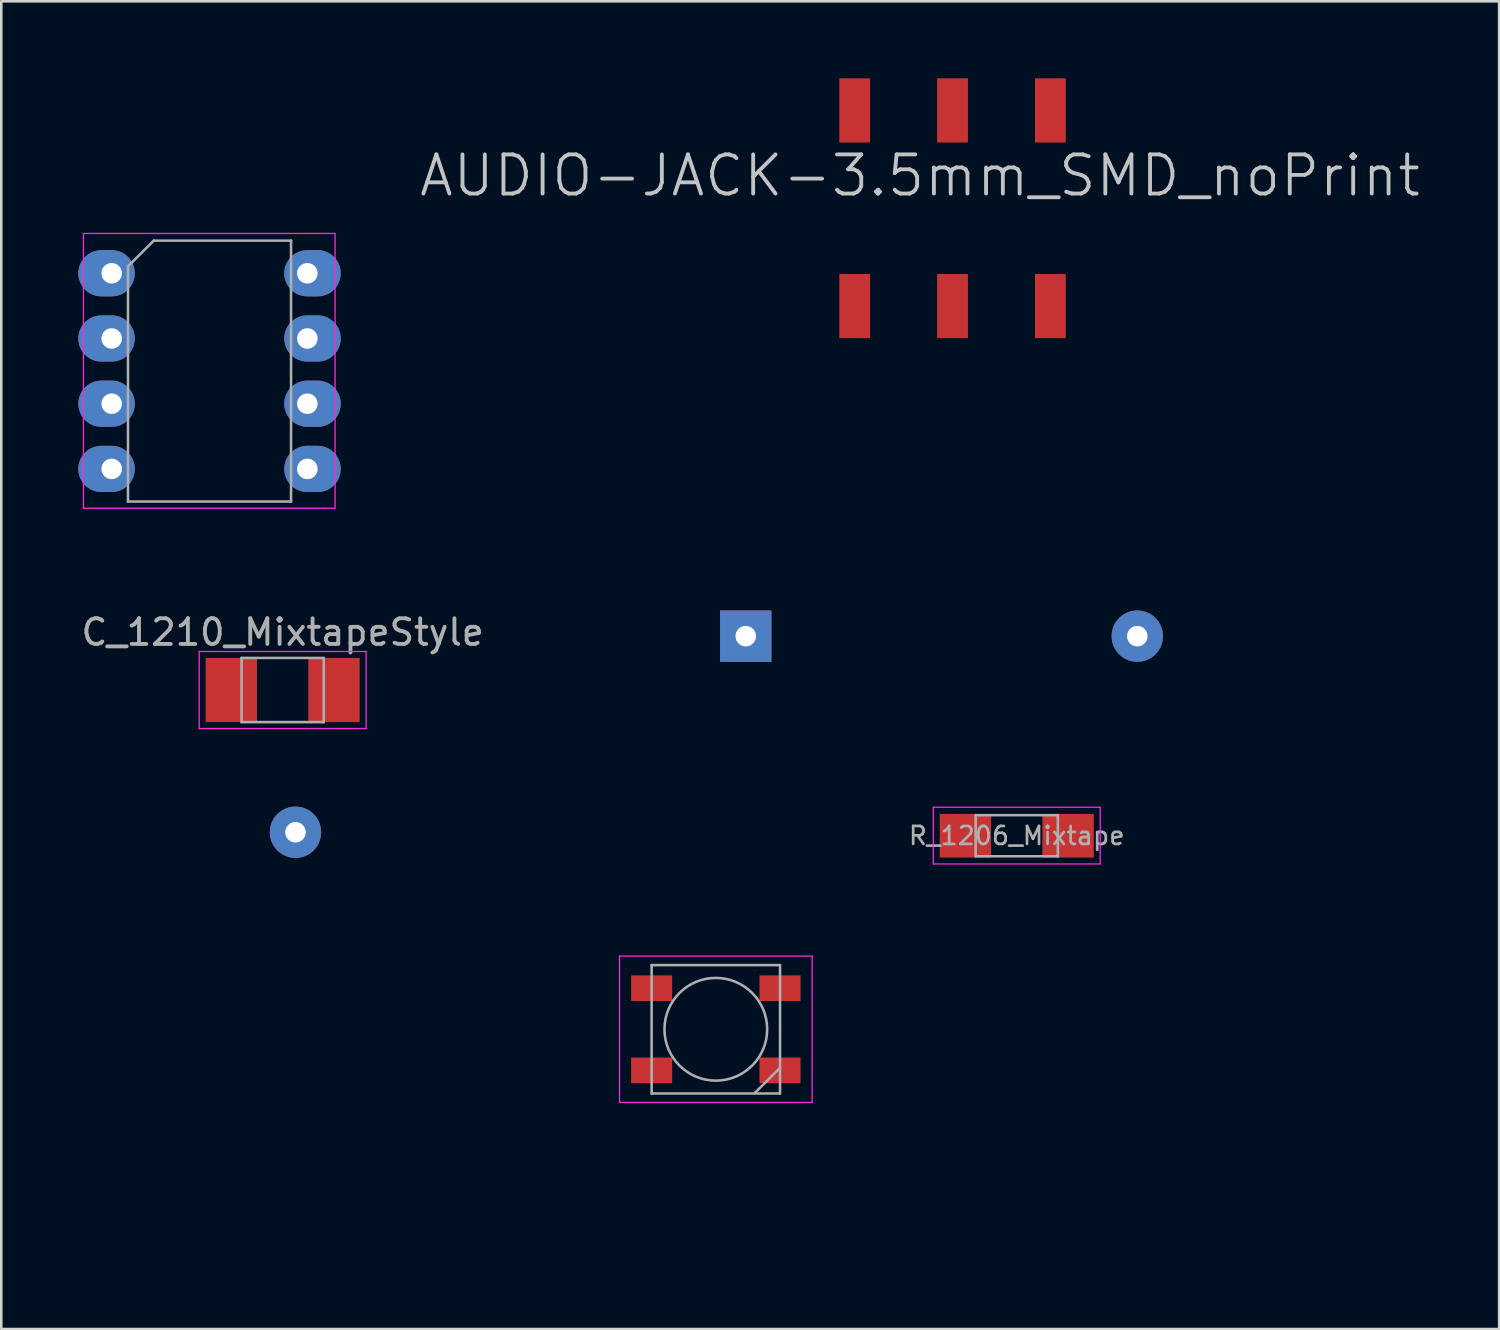
<source format=kicad_pcb>
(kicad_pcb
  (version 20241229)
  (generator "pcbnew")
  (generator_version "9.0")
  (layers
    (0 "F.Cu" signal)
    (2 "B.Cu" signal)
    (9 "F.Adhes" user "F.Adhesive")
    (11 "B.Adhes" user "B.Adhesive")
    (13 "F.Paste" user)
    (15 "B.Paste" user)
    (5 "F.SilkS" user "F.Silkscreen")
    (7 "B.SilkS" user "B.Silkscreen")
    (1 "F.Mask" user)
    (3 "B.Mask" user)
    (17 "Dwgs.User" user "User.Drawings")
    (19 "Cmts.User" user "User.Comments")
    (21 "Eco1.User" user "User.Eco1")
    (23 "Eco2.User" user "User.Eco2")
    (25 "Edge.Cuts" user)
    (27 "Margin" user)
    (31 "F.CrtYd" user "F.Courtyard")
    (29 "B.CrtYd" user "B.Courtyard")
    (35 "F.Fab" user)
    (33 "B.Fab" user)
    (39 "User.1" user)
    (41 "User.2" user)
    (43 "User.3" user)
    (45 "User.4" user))
  (footprint "Loch_mixtape_seltsam"
    (layer "F.Cu")
    (at 8.458 29.364)
    (property "Reference" "Loch_mixtape_seltsam" (at 0 1.778 0) (layer "Eco2.User") (effects (font (size 1 1) (thickness 0.15))))
    (attr through_hole)
    (pad "" smd circle (at 0 0) (size 1 1) (layers "F.Cu" "F.Mask" "F.Paste"))
    (pad "1" thru_hole circle (at 0 0) (size 2 2) (drill 0.8) (layers "B.Cu" "B.Mask")))
  (footprint "Loch_mixtape"
    (layer "F.Cu")
    (at 41.244 21.726)
    (property "Reference" "Loch_mixtape" (at 0 1.778 0) (layer "Eco2.User") (effects (font (size 1 1) (thickness 0.15))))
    (attr through_hole)
    (pad "1" thru_hole circle (at 0 0) (size 2 2) (drill 0.8) (layers "*.Cu" "*.Mask")))
  (footprint "R_1206_Mixtape"
    (layer "F.Cu")
    (at 36.549 29.499)
    (property "Reference" "R_1206_Mixtape" (at 0 0 0) (layer "Eco2.User") (effects (font (size 1 0.8) (thickness 0.15))))
    (attr smd)
    (fp_line (start -1 -1.07) (end 1 -1.07) (stroke (width 0.12) (type solid)) (layer "Eco2.User"))
    (fp_line (start 1 1.07) (end -1 1.07) (stroke (width 0.12) (type solid)) (layer "Eco2.User"))
    (fp_line (start -3.25 -1.11) (end -3.25 1.1) (stroke (width 0.05) (type solid)) (layer "F.CrtYd"))
    (fp_line (start -3.25 -1.11) (end 3.25 -1.11) (stroke (width 0.05) (type solid)) (layer "F.CrtYd"))
    (fp_line (start 3.25 1.1) (end -3.25 1.1) (stroke (width 0.05) (type solid)) (layer "F.CrtYd"))
    (fp_line (start 3.25 1.1) (end 3.25 -1.11) (stroke (width 0.05) (type solid)) (layer "F.CrtYd"))
    (fp_line (start -1.6 -0.8) (end 1.6 -0.8) (stroke (width 0.1) (type solid)) (layer "F.Fab"))
    (fp_line (start -1.6 0.8) (end -1.6 -0.8) (stroke (width 0.1) (type solid)) (layer "F.Fab"))
    (fp_line (start 1.6 -0.8) (end 1.6 0.8) (stroke (width 0.1) (type solid)) (layer "F.Fab"))
    (fp_line (start 1.6 0.8) (end -1.6 0.8) (stroke (width 0.1) (type solid)) (layer "F.Fab"))
    (fp_text user "${REFERENCE}" (at 0 0 0) (layer "F.Fab") (effects (font (size 0.7 0.7) (thickness 0.105))))
    (pad "1" smd rect (at -2 0) (size 2 1.7) (layers "F.Cu" "F.Mask" "F.Paste"))
    (pad "2" smd rect (at 2 0) (size 2 1.7) (layers "F.Cu" "F.Mask" "F.Paste")))
  (footprint "C_1210_MixtapeStyle"
    (layer "F.Cu")
    (at 7.958 23.824)
    (property "Reference" "C_1210_MixtapeStyle" (at 0 -0.127 0) (layer "Eco2.User") (effects (font (size 1 0.8) (thickness 0.15))))
    (attr smd)
    (fp_line (start -1 1.48) (end 1 1.48) (stroke (width 0.12) (type solid)) (layer "Eco2.User"))
    (fp_line (start 1 -1.48) (end -1 -1.48) (stroke (width 0.12) (type solid)) (layer "Eco2.User"))
    (fp_line (start -3.25 -1.5) (end -3.25 1.5) (stroke (width 0.05) (type solid)) (layer "F.CrtYd"))
    (fp_line (start -3.25 -1.5) (end 3.25 -1.5) (stroke (width 0.05) (type solid)) (layer "F.CrtYd"))
    (fp_line (start 3.25 1.5) (end -3.25 1.5) (stroke (width 0.05) (type solid)) (layer "F.CrtYd"))
    (fp_line (start 3.25 1.5) (end 3.25 -1.5) (stroke (width 0.05) (type solid)) (layer "F.CrtYd"))
    (fp_line (start -1.6 -1.25) (end 1.6 -1.25) (stroke (width 0.1) (type solid)) (layer "F.Fab"))
    (fp_line (start -1.6 1.25) (end -1.6 -1.25) (stroke (width 0.1) (type solid)) (layer "F.Fab"))
    (fp_line (start 1.6 -1.25) (end 1.6 1.25) (stroke (width 0.1) (type solid)) (layer "F.Fab"))
    (fp_line (start 1.6 1.25) (end -1.6 1.25) (stroke (width 0.1) (type solid)) (layer "F.Fab"))
    (fp_text user "${REFERENCE}" (at 0 -2.25 0) (layer "F.Fab") (effects (font (size 1 1) (thickness 0.15))))
    (pad "1" smd rect (at -2 0) (size 2 2.5) (layers "F.Cu" "F.Mask" "F.Paste"))
    (pad "2" smd rect (at 2 0) (size 2 2.5) (layers "F.Cu" "F.Mask" "F.Paste")))
  (footprint "Attiny_DIP-8_W7.62mm"
    (layer "F.Cu")
    (at 1.3 7.593)
    (property "Reference" "Attiny_DIP-8_W7.62mm" (at 3.81 1.27 90) (layer "Eco2.User") (effects (font (size 1 1) (thickness 0.15))))
    (attr through_hole)
    (fp_line (start -1.1 -1.55) (end -1.1 9.15) (stroke (width 0.05) (type solid)) (layer "F.CrtYd"))
    (fp_line (start -1.1 9.15) (end 8.7 9.15) (stroke (width 0.05) (type solid)) (layer "F.CrtYd"))
    (fp_line (start 8.7 -1.55) (end -1.1 -1.55) (stroke (width 0.05) (type solid)) (layer "F.CrtYd"))
    (fp_line (start 8.7 9.15) (end 8.7 -1.55) (stroke (width 0.05) (type solid)) (layer "F.CrtYd"))
    (fp_line (start 0.635 -0.27) (end 1.635 -1.27) (stroke (width 0.1) (type solid)) (layer "F.Fab"))
    (fp_line (start 0.635 8.89) (end 0.635 -0.27) (stroke (width 0.1) (type solid)) (layer "F.Fab"))
    (fp_line (start 1.635 -1.27) (end 6.985 -1.27) (stroke (width 0.1) (type solid)) (layer "F.Fab"))
    (fp_line (start 6.985 -1.27) (end 6.985 8.89) (stroke (width 0.1) (type solid)) (layer "F.Fab"))
    (fp_line (start 6.985 8.89) (end 0.635 8.89) (stroke (width 0.1) (type solid)) (layer "F.Fab"))
    (pad "1" thru_hole oval (at 0 0) (size 2.2 1.8) (drill 0.8 (offset -0.2 0)) (layers "*.Cu" "*.Mask"))
    (pad "2" thru_hole oval (at 0 2.54) (size 2.2 1.8) (drill 0.8 (offset -0.2 0)) (layers "*.Cu" "*.Mask"))
    (pad "3" thru_hole oval (at 0 5.08) (size 2.2 1.8) (drill 0.8 (offset -0.2 0)) (layers "*.Cu" "*.Mask"))
    (pad "4" thru_hole oval (at 0 7.62) (size 2.2 1.8) (drill 0.8 (offset -0.2 0)) (layers "*.Cu" "*.Mask"))
    (pad "5" thru_hole oval (at 7.62 7.62) (size 2.2 1.8) (drill 0.8 (offset 0.2 0)) (layers "*.Cu" "*.Mask"))
    (pad "6" thru_hole oval (at 7.62 5.08) (size 2.2 1.8) (drill 0.8 (offset 0.2 0)) (layers "*.Cu" "*.Mask"))
    (pad "7" thru_hole oval (at 7.62 2.54) (size 2.2 1.8) (drill 0.8 (offset 0.2 0)) (layers "*.Cu" "*.Mask"))
    (pad "8" thru_hole oval (at 7.62 0) (size 2.2 1.8) (drill 0.8 (offset 0.2 0)) (layers "*.Cu" "*.Mask")))
  (footprint "GND_Loch_mixtape"
    (layer "F.Cu")
    (at 25.994 21.726)
    (property "Reference" "GND_Loch_mixtape" (at 0 1.778 0) (layer "Eco2.User") (effects (font (size 1 1) (thickness 0.15))))
    (attr through_hole)
    (pad "1" thru_hole rect (at 0 0) (size 2 2) (drill 0.8) (layers "*.Cu" "*.Mask")))
  (footprint "Mixtape_NEO_WS2812B"
    (layer "F.Cu")
    (at 24.829 37.037)
    (property "Reference" "Mixtape_NEO_WS2812B" (at -4.064 0 90) (layer "Eco2.User") (effects (font (size 1 1) (thickness 0.15))))
    (attr smd)
    (fp_line (start -3.75 -2.85) (end -3.75 2.85) (stroke (width 0.05) (type solid)) (layer "F.CrtYd"))
    (fp_line (start -3.75 2.85) (end 3.75 2.85) (stroke (width 0.05) (type solid)) (layer "F.CrtYd"))
    (fp_line (start 3.75 -2.85) (end -3.75 -2.85) (stroke (width 0.05) (type solid)) (layer "F.CrtYd"))
    (fp_line (start 3.75 2.85) (end 3.75 -2.85) (stroke (width 0.05) (type solid)) (layer "F.CrtYd"))
    (fp_line (start -2.5 -2.5) (end -2.5 2.5) (stroke (width 0.1) (type solid)) (layer "F.Fab"))
    (fp_line (start -2.5 2.5) (end 2.5 2.5) (stroke (width 0.1) (type solid)) (layer "F.Fab"))
    (fp_line (start 2.5 -2.5) (end -2.5 -2.5) (stroke (width 0.1) (type solid)) (layer "F.Fab"))
    (fp_line (start 2.5 1.5) (end 1.5 2.5) (stroke (width 0.1) (type solid)) (layer "F.Fab"))
    (fp_line (start 2.5 2.5) (end 2.5 -2.5) (stroke (width 0.1) (type solid)) (layer "F.Fab"))
    (fp_circle (center 0 0) (end 0 -2) (stroke (width 0.1) (type solid)) (fill no) (layer "F.Fab"))
    (pad "1" smd rect (at -2.5 -1.6) (size 1.6 1) (layers "F.Cu" "F.Mask" "F.Paste"))
    (pad "2" smd rect (at -2.5 1.6) (size 1.6 1) (layers "F.Cu" "F.Mask" "F.Paste"))
    (pad "3" smd rect (at 2.5 1.6) (size 1.6 1) (layers "F.Cu" "F.Mask" "F.Paste"))
    (pad "4" smd rect (at 2.5 -1.6) (size 1.6 1) (layers "F.Cu" "F.Mask" "F.Paste")))
  (footprint "AUDIO-JACK-3.5mm_SMD_noPrint"
    (layer "F.Cu")
    (at 27.698 5.06)
    (property "Reference" "AUDIO-JACK-3.5mm_SMD_noPrint" (at 5.08 -1.27 0) (layer "Dwgs.User") (effects (font (size 1.524 1.524) (thickness 0.15))))
    (attr smd)
    (fp_line (start -1.999 -2.799) (end -1.999 2.799) (stroke (width 0.254) (type solid)) (layer "Eco2.User"))
    (fp_line (start -1.999 2.799) (end 0 2.799) (stroke (width 0.254) (type solid)) (layer "Eco2.User"))
    (fp_line (start 0 -3.299) (end 0 -2.799) (stroke (width 0.254) (type solid)) (layer "Eco2.User"))
    (fp_line (start 0 -2.799) (end -1.999 -2.799) (stroke (width 0.254) (type solid)) (layer "Eco2.User"))
    (fp_line (start 0 -2.799) (end 0 2.799) (stroke (width 0.254) (type solid)) (layer "Eco2.User"))
    (fp_line (start 0 2.799) (end 0 3.299) (stroke (width 0.254) (type solid)) (layer "Eco2.User"))
    (pad "1" smd rect (at 2.54 -3.81) (size 1.199 2.499) (layers "F.Cu" "F.Mask" "F.Paste"))
    (pad "1" smd rect (at 2.54 3.81) (size 1.199 2.499) (layers "F.Cu" "F.Mask" "F.Paste"))
    (pad "2" smd rect (at 10.16 -3.81) (size 1.199 2.499) (layers "F.Cu" "F.Mask" "F.Paste"))
    (pad "2" smd rect (at 10.16 3.81) (size 1.199 2.499) (layers "F.Cu" "F.Mask" "F.Paste"))
    (pad "3" smd rect (at 6.35 -3.81) (size 1.199 2.499) (layers "F.Cu" "F.Mask" "F.Paste"))
    (pad "3" smd rect (at 6.35 3.81) (size 1.199 2.499) (layers "F.Cu" "F.Mask" "F.Paste")))
  (gr_rect
    (start -3 -3)
    (end 55.336 48.71)
    (stroke (width 0.1) (type default))
    (fill no)
    (layer "Edge.Cuts")))
</source>
